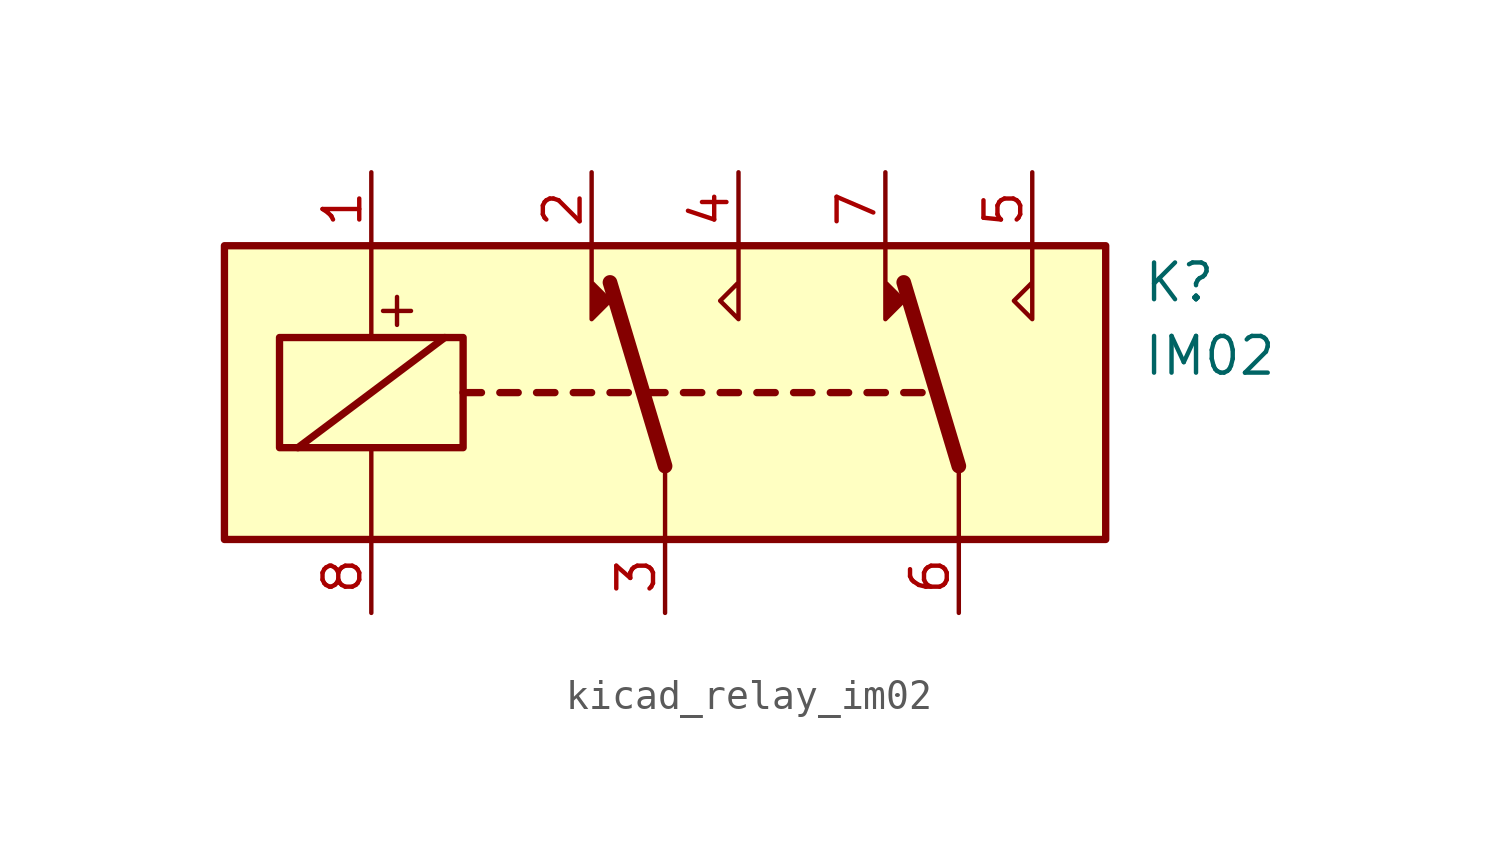
<source format=kicad_sym>
(kicad_symbol_lib
  (version 20220914)
  (generator kicad_symbol_editor)
  (symbol "kicad_relay_im02"
    (property "Reference" "K"
      (at 16.51 3.81 0)
      (effects (font (size 1.27 1.27)) (justify left)))
    (property "Value" "IM02"
      (at 16.51 1.27 0)
      (effects (font (size 1.27 1.27)) (justify left)))
    (symbol "kicad_relay_im02_0_0"
      (text "+" (at -9.271 2.921 0) (effects (font (size 1.27 1.27)))))
    (symbol "kicad_relay_im02_0_1"
      (rectangle (start -15.24 5.08) (end 15.24 -5.08) (stroke (width 0.254) (type default)) (fill (type background)))
      (rectangle (start -13.335 1.905) (end -6.985 -1.905) (stroke (width 0.254) (type default)) (fill (type none)))
      (polyline (pts (xy -12.7 -1.905) (xy -7.62 1.905)) (stroke (width 0.254) (type default)) (fill (type none)))
      (polyline (pts (xy -10.16 -5.08) (xy -10.16 -1.905)) (stroke (width 0) (type default)) (fill (type none)))
      (polyline (pts (xy -10.16 5.08) (xy -10.16 1.905)) (stroke (width 0) (type default)) (fill (type none)))
      (polyline (pts (xy -6.985 0) (xy -6.35 0)) (stroke (width 0.254) (type default)) (fill (type none)))
      (polyline (pts (xy -5.715 0) (xy -5.08 0)) (stroke (width 0.254) (type default)) (fill (type none)))
      (polyline (pts (xy -4.445 0) (xy -3.81 0)) (stroke (width 0.254) (type default)) (fill (type none)))
      (polyline (pts (xy -3.175 0) (xy -2.54 0)) (stroke (width 0.254) (type default)) (fill (type none)))
      (polyline (pts (xy -1.905 0) (xy -1.27 0)) (stroke (width 0.254) (type default)) (fill (type none)))
      (polyline (pts (xy -0.635 0) (xy 0 0)) (stroke (width 0.254) (type default)) (fill (type none)))
      (polyline (pts (xy 0 -2.54) (xy -1.905 3.81)) (stroke (width 0.508) (type default)) (fill (type none)))
      (polyline (pts (xy 0 -2.54) (xy 0 -5.08)) (stroke (width 0) (type default)) (fill (type none)))
      (polyline (pts (xy 0.635 0) (xy 1.27 0)) (stroke (width 0.254) (type default)) (fill (type none)))
      (polyline (pts (xy 1.905 0) (xy 2.54 0)) (stroke (width 0.254) (type default)) (fill (type none)))
      (polyline (pts (xy 3.175 0) (xy 3.81 0)) (stroke (width 0.254) (type default)) (fill (type none)))
      (polyline (pts (xy 4.445 0) (xy 5.08 0)) (stroke (width 0.254) (type default)) (fill (type none)))
      (polyline (pts (xy 5.715 0) (xy 6.35 0)) (stroke (width 0.254) (type default)) (fill (type none)))
      (polyline (pts (xy 6.985 0) (xy 7.62 0)) (stroke (width 0.254) (type default)) (fill (type none)))
      (polyline (pts (xy 8.255 0) (xy 8.89 0)) (stroke (width 0.254) (type default)) (fill (type none)))
      (polyline (pts (xy 10.16 -2.54) (xy 8.255 3.81)) (stroke (width 0.508) (type default)) (fill (type none)))
      (polyline (pts (xy 10.16 -2.54) (xy 10.16 -5.08)) (stroke (width 0) (type default)) (fill (type none)))
      (polyline (pts (xy -2.54 5.08) (xy -2.54 2.54) (xy -1.905 3.175) (xy -2.54 3.81)) (stroke (width 0) (type default)) (fill (type outline)))
      (polyline (pts (xy 2.54 5.08) (xy 2.54 2.54) (xy 1.905 3.175) (xy 2.54 3.81)) (stroke (width 0) (type default)) (fill (type none)))
      (polyline (pts (xy 7.62 5.08) (xy 7.62 2.54) (xy 8.255 3.175) (xy 7.62 3.81)) (stroke (width 0) (type default)) (fill (type outline)))
      (polyline (pts (xy 12.7 5.08) (xy 12.7 2.54) (xy 12.065 3.175) (xy 12.7 3.81)) (stroke (width 0) (type default)) (fill (type none))))
    (symbol "kicad_relay_im02_1_1"
      (pin passive line (at -10.16 7.62 270) (length 2.54) (name "~" (effects (font (size 1.27 1.27)))) (number "1" (effects (font (size 1.27 1.27)))))
      (pin passive line (at -2.54 7.62 270) (length 2.54) (name "~" (effects (font (size 1.27 1.27)))) (number "2" (effects (font (size 1.27 1.27)))))
      (pin passive line (at 0 -7.62 90) (length 2.54) (name "~" (effects (font (size 1.27 1.27)))) (number "3" (effects (font (size 1.27 1.27)))))
      (pin passive line (at 2.54 7.62 270) (length 2.54) (name "~" (effects (font (size 1.27 1.27)))) (number "4" (effects (font (size 1.27 1.27)))))
      (pin passive line (at 12.7 7.62 270) (length 2.54) (name "~" (effects (font (size 1.27 1.27)))) (number "5" (effects (font (size 1.27 1.27)))))
      (pin passive line (at 10.16 -7.62 90) (length 2.54) (name "~" (effects (font (size 1.27 1.27)))) (number "6" (effects (font (size 1.27 1.27)))))
      (pin passive line (at 7.62 7.62 270) (length 2.54) (name "~" (effects (font (size 1.27 1.27)))) (number "7" (effects (font (size 1.27 1.27)))))
      (pin passive line (at -10.16 -7.62 90) (length 2.54) (name "~" (effects (font (size 1.27 1.27)))) (number "8" (effects (font (size 1.27 1.27))))))))
</source>
